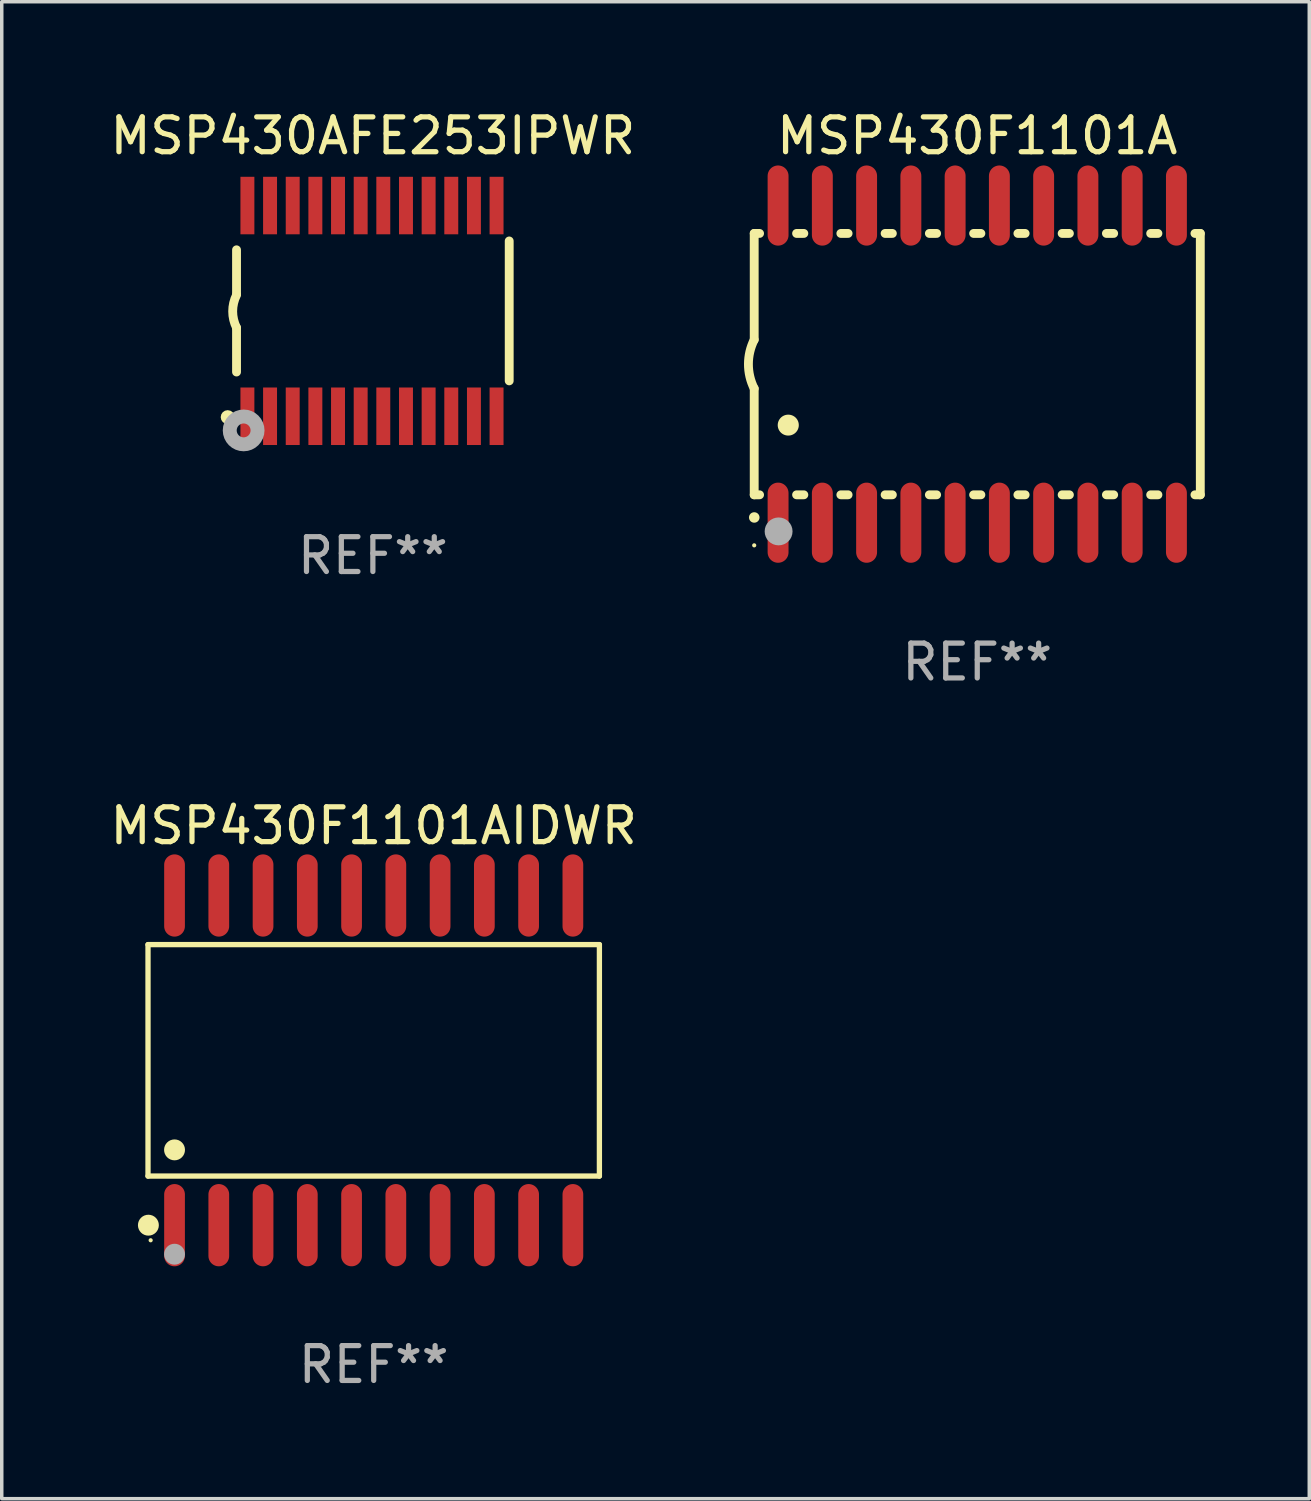
<source format=kicad_pcb>
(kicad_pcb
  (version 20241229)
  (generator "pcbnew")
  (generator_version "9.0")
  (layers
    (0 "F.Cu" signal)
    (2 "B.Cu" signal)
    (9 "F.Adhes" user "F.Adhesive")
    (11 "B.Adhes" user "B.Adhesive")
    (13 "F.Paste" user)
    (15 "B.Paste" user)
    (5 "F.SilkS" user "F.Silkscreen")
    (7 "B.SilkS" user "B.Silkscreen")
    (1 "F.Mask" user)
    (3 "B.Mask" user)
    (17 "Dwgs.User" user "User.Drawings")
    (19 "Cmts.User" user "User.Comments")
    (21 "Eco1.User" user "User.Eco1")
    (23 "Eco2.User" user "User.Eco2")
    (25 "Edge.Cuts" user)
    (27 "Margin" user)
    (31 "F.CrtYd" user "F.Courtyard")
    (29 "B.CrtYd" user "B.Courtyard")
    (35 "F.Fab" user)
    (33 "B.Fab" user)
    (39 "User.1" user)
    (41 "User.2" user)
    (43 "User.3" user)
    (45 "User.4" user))
  (footprint "MSP430AFE253IPWR"
    (layer "F.Cu")
    (at 7.649 5.871)
    (property "Reference" "MSP430AFE253IPWR" (at 0 -5.023 0) (layer "F.SilkS") (effects (font (size 1 1) (thickness 0.15))))
    (attr through_hole)
    (fp_line (start -3.912 -0.483) (end -3.912 -1.753) (stroke (width 0.254) (type solid)) (layer "F.SilkS"))
    (fp_line (start -3.912 1.753) (end -3.912 0.483) (stroke (width 0.254) (type solid)) (layer "F.SilkS"))
    (fp_line (start 3.912 -2.007) (end 3.912 2.007) (stroke (width 0.254) (type solid)) (layer "F.SilkS"))
    (fp_arc (start -3.911608 0.482601) (mid -4.022537 0.0127) (end -3.911608 -0.457201) (stroke (width 0.254001) (type solid)) (layer "F.SilkS"))
    (fp_circle (center -4.166 3.048) (end -4.066 3.048) (stroke (width 0.2) (type solid)) (fill no) (layer "F.SilkS"))
    (fp_circle (center -3.925 3.186) (end -3.895 3.186) (stroke (width 0.06) (type solid)) (fill no) (layer "F.SilkS"))
    (fp_circle (center -3.708 3.429) (end -3.509 3.429) (stroke (width 0.4) (type solid)) (fill no) (layer "F.Fab"))
    (fp_text user "REF**" (at 0 7.023 0) (layer "F.Fab") (effects (font (size 1 1) (thickness 0.15))))
    (pad "1" smd rect (at -3.6 3.023) (size 0.4 1.65) (layers "F.Cu" "F.Mask" "F.Paste"))
    (pad "2" smd rect (at -2.95 3.023) (size 0.4 1.65) (layers "F.Cu" "F.Mask" "F.Paste"))
    (pad "3" smd rect (at -2.3 3.023) (size 0.4 1.65) (layers "F.Cu" "F.Mask" "F.Paste"))
    (pad "4" smd rect (at -1.65 3.023) (size 0.4 1.65) (layers "F.Cu" "F.Mask" "F.Paste"))
    (pad "5" smd rect (at -1 3.023) (size 0.4 1.65) (layers "F.Cu" "F.Mask" "F.Paste"))
    (pad "6" smd rect (at -0.35 3.023) (size 0.4 1.65) (layers "F.Cu" "F.Mask" "F.Paste"))
    (pad "7" smd rect (at 0.299 3.023) (size 0.4 1.65) (layers "F.Cu" "F.Mask" "F.Paste"))
    (pad "8" smd rect (at 0.95 3.023) (size 0.4 1.65) (layers "F.Cu" "F.Mask" "F.Paste"))
    (pad "9" smd rect (at 1.6 3.023) (size 0.4 1.65) (layers "F.Cu" "F.Mask" "F.Paste"))
    (pad "10" smd rect (at 2.25 3.023) (size 0.4 1.65) (layers "F.Cu" "F.Mask" "F.Paste"))
    (pad "11" smd rect (at 2.9 3.023) (size 0.4 1.65) (layers "F.Cu" "F.Mask" "F.Paste"))
    (pad "12" smd rect (at 3.549 3.023) (size 0.4 1.65) (layers "F.Cu" "F.Mask" "F.Paste"))
    (pad "13" smd rect (at 3.549 -3.023) (size 0.4 1.65) (layers "F.Cu" "F.Mask" "F.Paste"))
    (pad "14" smd rect (at 2.9 -3.023) (size 0.4 1.65) (layers "F.Cu" "F.Mask" "F.Paste"))
    (pad "15" smd rect (at 2.25 -3.023) (size 0.4 1.65) (layers "F.Cu" "F.Mask" "F.Paste"))
    (pad "16" smd rect (at 1.6 -3.023) (size 0.4 1.65) (layers "F.Cu" "F.Mask" "F.Paste"))
    (pad "17" smd rect (at 0.95 -3.023) (size 0.4 1.65) (layers "F.Cu" "F.Mask" "F.Paste"))
    (pad "18" smd rect (at 0.299 -3.023) (size 0.4 1.65) (layers "F.Cu" "F.Mask" "F.Paste"))
    (pad "19" smd rect (at -0.35 -3.023) (size 0.4 1.65) (layers "F.Cu" "F.Mask" "F.Paste"))
    (pad "20" smd rect (at -1 -3.023) (size 0.4 1.65) (layers "F.Cu" "F.Mask" "F.Paste"))
    (pad "21" smd rect (at -1.65 -3.023) (size 0.4 1.65) (layers "F.Cu" "F.Mask" "F.Paste"))
    (pad "22" smd rect (at -2.3 -3.023) (size 0.4 1.65) (layers "F.Cu" "F.Mask" "F.Paste"))
    (pad "23" smd rect (at -2.95 -3.023) (size 0.4 1.65) (layers "F.Cu" "F.Mask" "F.Paste"))
    (pad "24" smd rect (at -3.6 -3.023) (size 0.4 1.65) (layers "F.Cu" "F.Mask" "F.Paste")))
  (footprint "MSP430F1101AIDWR"
    (layer "F.Cu")
    (at 7.673 27.375)
    (property "Reference" "MSP430F1101AIDWR" (at 0 -6.73 0) (layer "F.SilkS") (effects (font (size 1 1) (thickness 0.15))))
    (attr through_hole)
    (fp_line (start -6.476 -3.321) (end 6.476 -3.321) (stroke (width 0.152) (type solid)) (layer "F.SilkS"))
    (fp_line (start -6.476 3.321) (end -6.476 -3.321) (stroke (width 0.152) (type solid)) (layer "F.SilkS"))
    (fp_line (start 6.476 -3.321) (end 6.476 3.321) (stroke (width 0.152) (type solid)) (layer "F.SilkS"))
    (fp_line (start 6.476 3.321) (end -6.476 3.321) (stroke (width 0.152) (type solid)) (layer "F.SilkS"))
    (fp_circle (center -6.465 4.73) (end -6.315 4.73) (stroke (width 0.3) (type solid)) (fill no) (layer "F.SilkS"))
    (fp_circle (center -6.4 5.163) (end -6.37 5.163) (stroke (width 0.06) (type solid)) (fill no) (layer "F.SilkS"))
    (fp_circle (center -5.715 2.569) (end -5.565 2.569) (stroke (width 0.3) (type solid)) (fill no) (layer "F.SilkS"))
    (fp_circle (center -5.715 5.563) (end -5.565 5.563) (stroke (width 0.3) (type solid)) (fill no) (layer "F.Fab"))
    (fp_text user "REF**" (at 0 8.73 0) (layer "F.Fab") (effects (font (size 1 1) (thickness 0.15))))
    (pad "1" smd oval (at -5.715 4.73) (size 0.595 2.36) (layers "F.Cu" "F.Mask" "F.Paste"))
    (pad "2" smd oval (at -4.445 4.73) (size 0.595 2.36) (layers "F.Cu" "F.Mask" "F.Paste"))
    (pad "3" smd oval (at -3.175 4.73) (size 0.595 2.36) (layers "F.Cu" "F.Mask" "F.Paste"))
    (pad "4" smd oval (at -1.905 4.73) (size 0.595 2.36) (layers "F.Cu" "F.Mask" "F.Paste"))
    (pad "5" smd oval (at -0.635 4.73) (size 0.595 2.36) (layers "F.Cu" "F.Mask" "F.Paste"))
    (pad "6" smd oval (at 0.635 4.73) (size 0.595 2.36) (layers "F.Cu" "F.Mask" "F.Paste"))
    (pad "7" smd oval (at 1.905 4.73) (size 0.595 2.36) (layers "F.Cu" "F.Mask" "F.Paste"))
    (pad "8" smd oval (at 3.175 4.73) (size 0.595 2.36) (layers "F.Cu" "F.Mask" "F.Paste"))
    (pad "9" smd oval (at 4.445 4.73) (size 0.595 2.36) (layers "F.Cu" "F.Mask" "F.Paste"))
    (pad "10" smd oval (at 5.715 4.73) (size 0.595 2.36) (layers "F.Cu" "F.Mask" "F.Paste"))
    (pad "11" smd oval (at 5.715 -4.73) (size 0.595 2.36) (layers "F.Cu" "F.Mask" "F.Paste"))
    (pad "12" smd oval (at 4.445 -4.73) (size 0.595 2.36) (layers "F.Cu" "F.Mask" "F.Paste"))
    (pad "13" smd oval (at 3.175 -4.73) (size 0.595 2.36) (layers "F.Cu" "F.Mask" "F.Paste"))
    (pad "14" smd oval (at 1.905 -4.73) (size 0.595 2.36) (layers "F.Cu" "F.Mask" "F.Paste"))
    (pad "15" smd oval (at 0.635 -4.73) (size 0.595 2.36) (layers "F.Cu" "F.Mask" "F.Paste"))
    (pad "16" smd oval (at -0.635 -4.73) (size 0.595 2.36) (layers "F.Cu" "F.Mask" "F.Paste"))
    (pad "17" smd oval (at -1.905 -4.73) (size 0.595 2.36) (layers "F.Cu" "F.Mask" "F.Paste"))
    (pad "18" smd oval (at -3.175 -4.73) (size 0.595 2.36) (layers "F.Cu" "F.Mask" "F.Paste"))
    (pad "19" smd oval (at -4.445 -4.73) (size 0.595 2.36) (layers "F.Cu" "F.Mask" "F.Paste"))
    (pad "20" smd oval (at -5.715 -4.73) (size 0.595 2.36) (layers "F.Cu" "F.Mask" "F.Paste")))
  (footprint "MSP430F1101A"
    (layer "F.Cu")
    (at 24.991 7.398)
    (property "Reference" "MSP430F1101A" (at 0 -6.55 0) (layer "F.SilkS") (effects (font (size 1 1) (thickness 0.15))))
    (attr through_hole)
    (fp_line (start -6.4 -3.75) (end -6.4 -0.7) (stroke (width 0.254) (type solid)) (layer "F.SilkS"))
    (fp_line (start -6.4 -3.75) (end -6.246 -3.75) (stroke (width 0.254) (type solid)) (layer "F.SilkS"))
    (fp_line (start -6.4 3.75) (end -6.4 0.7) (stroke (width 0.254) (type solid)) (layer "F.SilkS"))
    (fp_line (start -6.246 3.75) (end -6.4 3.75) (stroke (width 0.254) (type solid)) (layer "F.SilkS"))
    (fp_line (start -5.184 -3.75) (end -4.976 -3.75) (stroke (width 0.254) (type solid)) (layer "F.SilkS"))
    (fp_line (start -4.976 3.75) (end -5.184 3.75) (stroke (width 0.254) (type solid)) (layer "F.SilkS"))
    (fp_line (start -3.914 -3.75) (end -3.706 -3.75) (stroke (width 0.254) (type solid)) (layer "F.SilkS"))
    (fp_line (start -3.706 3.75) (end -3.914 3.75) (stroke (width 0.254) (type solid)) (layer "F.SilkS"))
    (fp_line (start -2.644 -3.75) (end -2.436 -3.75) (stroke (width 0.254) (type solid)) (layer "F.SilkS"))
    (fp_line (start -2.436 3.75) (end -2.644 3.75) (stroke (width 0.254) (type solid)) (layer "F.SilkS"))
    (fp_line (start -1.374 -3.75) (end -1.166 -3.75) (stroke (width 0.254) (type solid)) (layer "F.SilkS"))
    (fp_line (start -1.166 3.75) (end -1.374 3.75) (stroke (width 0.254) (type solid)) (layer "F.SilkS"))
    (fp_line (start -0.104 -3.75) (end 0.104 -3.75) (stroke (width 0.254) (type solid)) (layer "F.SilkS"))
    (fp_line (start 0.104 3.75) (end -0.104 3.75) (stroke (width 0.254) (type solid)) (layer "F.SilkS"))
    (fp_line (start 1.166 -3.75) (end 1.374 -3.75) (stroke (width 0.254) (type solid)) (layer "F.SilkS"))
    (fp_line (start 1.374 3.75) (end 1.166 3.75) (stroke (width 0.254) (type solid)) (layer "F.SilkS"))
    (fp_line (start 2.436 -3.75) (end 2.644 -3.75) (stroke (width 0.254) (type solid)) (layer "F.SilkS"))
    (fp_line (start 2.644 3.75) (end 2.436 3.75) (stroke (width 0.254) (type solid)) (layer "F.SilkS"))
    (fp_line (start 3.706 -3.75) (end 3.914 -3.75) (stroke (width 0.254) (type solid)) (layer "F.SilkS"))
    (fp_line (start 3.914 3.75) (end 3.706 3.75) (stroke (width 0.254) (type solid)) (layer "F.SilkS"))
    (fp_line (start 4.976 -3.75) (end 5.184 -3.75) (stroke (width 0.254) (type solid)) (layer "F.SilkS"))
    (fp_line (start 5.184 3.75) (end 4.976 3.75) (stroke (width 0.254) (type solid)) (layer "F.SilkS"))
    (fp_line (start 6.246 -3.75) (end 6.4 -3.75) (stroke (width 0.254) (type solid)) (layer "F.SilkS"))
    (fp_line (start 6.4 -3.75) (end 6.4 3.75) (stroke (width 0.254) (type solid)) (layer "F.SilkS"))
    (fp_line (start 6.4 3.75) (end 6.246 3.75) (stroke (width 0.254) (type solid)) (layer "F.SilkS"))
    (fp_arc (start -6.400812 0.701041) (mid -6.565912 0.000428) (end -6.400025 -0.7) (stroke (width 0.254001) (type solid)) (layer "F.SilkS"))
    (fp_arc (start -6.400025 4.4) (mid -6.398755 4.399995) (end -6.397485 4.4) (stroke (width 0.3) (type solid)) (layer "F.SilkS"))
    (fp_arc (start -5.425451 1.750064) (mid -5.422911 1.750053) (end -5.420371 1.750064) (stroke (width 0.6) (type solid)) (layer "F.SilkS"))
    (fp_circle (center -6.4 5.2) (end -6.37 5.2) (stroke (width 0.06) (type solid)) (fill no) (layer "F.SilkS"))
    (fp_circle (center -5.7 4.8) (end -5.5 4.8) (stroke (width 0.4) (type solid)) (fill no) (layer "F.Fab"))
    (fp_text user "REF**" (at 0 8.55 0) (layer "F.Fab") (effects (font (size 1 1) (thickness 0.15))))
    (pad "1" smd oval (at -5.715 4.55 180) (size 0.6 2.3) (layers "F.Cu" "F.Mask" "F.Paste"))
    (pad "2" smd oval (at -4.445 4.55 180) (size 0.6 2.3) (layers "F.Cu" "F.Mask" "F.Paste"))
    (pad "3" smd oval (at -3.175 4.55 180) (size 0.6 2.3) (layers "F.Cu" "F.Mask" "F.Paste"))
    (pad "4" smd oval (at -1.905 4.55 180) (size 0.6 2.3) (layers "F.Cu" "F.Mask" "F.Paste"))
    (pad "5" smd oval (at -0.635 4.55 180) (size 0.6 2.3) (layers "F.Cu" "F.Mask" "F.Paste"))
    (pad "6" smd oval (at 0.635 4.55 180) (size 0.6 2.3) (layers "F.Cu" "F.Mask" "F.Paste"))
    (pad "7" smd oval (at 1.905 4.55 180) (size 0.6 2.3) (layers "F.Cu" "F.Mask" "F.Paste"))
    (pad "8" smd oval (at 3.175 4.55 180) (size 0.6 2.3) (layers "F.Cu" "F.Mask" "F.Paste"))
    (pad "9" smd oval (at 4.445 4.55 180) (size 0.6 2.3) (layers "F.Cu" "F.Mask" "F.Paste"))
    (pad "10" smd oval (at 5.715 4.55 180) (size 0.6 2.3) (layers "F.Cu" "F.Mask" "F.Paste"))
    (pad "11" smd oval (at 5.715 -4.55 180) (size 0.6 2.3) (layers "F.Cu" "F.Mask" "F.Paste"))
    (pad "12" smd oval (at 4.445 -4.55 180) (size 0.6 2.3) (layers "F.Cu" "F.Mask" "F.Paste"))
    (pad "13" smd oval (at 3.175 -4.55 180) (size 0.6 2.3) (layers "F.Cu" "F.Mask" "F.Paste"))
    (pad "14" smd oval (at 1.905 -4.55 180) (size 0.6 2.3) (layers "F.Cu" "F.Mask" "F.Paste"))
    (pad "15" smd oval (at 0.635 -4.55 180) (size 0.6 2.3) (layers "F.Cu" "F.Mask" "F.Paste"))
    (pad "16" smd oval (at -0.635 -4.55 180) (size 0.6 2.3) (layers "F.Cu" "F.Mask" "F.Paste"))
    (pad "17" smd oval (at -1.905 -4.55 180) (size 0.6 2.3) (layers "F.Cu" "F.Mask" "F.Paste"))
    (pad "18" smd oval (at -3.175 -4.55 180) (size 0.6 2.3) (layers "F.Cu" "F.Mask" "F.Paste"))
    (pad "19" smd oval (at -4.445 -4.55 180) (size 0.6 2.3) (layers "F.Cu" "F.Mask" "F.Paste"))
    (pad "20" smd oval (at -5.715 -4.55 180) (size 0.6 2.3) (layers "F.Cu" "F.Mask" "F.Paste")))
  (gr_rect
    (start -3 -3)
    (end 34.518 39.953)
    (stroke (width 0.1) (type default))
    (fill no)
    (layer "Edge.Cuts")))
</source>
